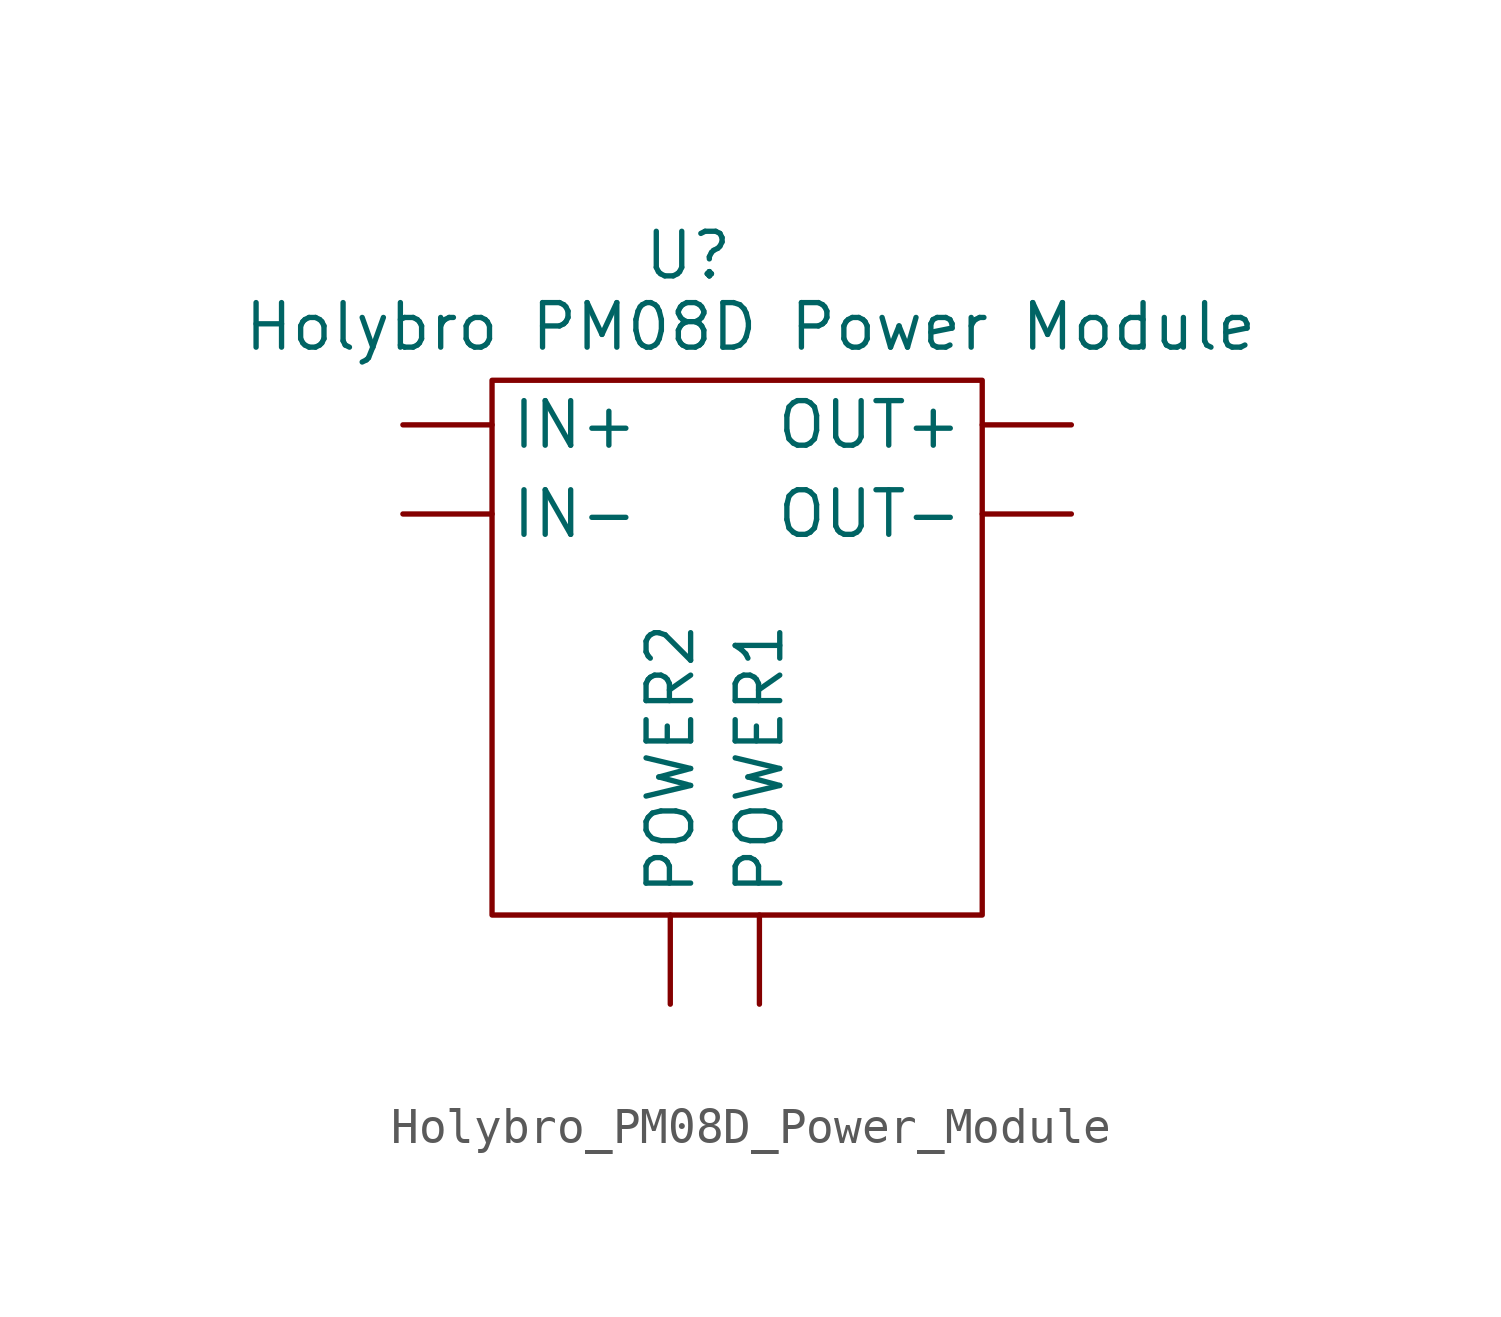
<source format=kicad_sym>
(kicad_symbol_lib
  (version 20231120)
  (generator "kicad_symbol_editor")
  (generator_version "8.0")
  (symbol "Holybro_PM08D_Power_Module"
    (property "Reference" "U"
      (at -0.762 2.286 0)
      (effects (font (size 1.27 1.27))))
    (property "Value" "Holybro PM08D Power Module"
      (at 1.016 0.254 0)
      (effects (font (size 1.27 1.27))))
    (symbol "Holybro_PM08D_Power_Module_0_1"
      (rectangle (start -6.35 -1.27) (end 7.62 -16.51) (stroke (width 0) (type default)) (fill (type none))))
    (symbol "Holybro_PM08D_Power_Module_1_1"
      (pin power_in line (at -8.89 -2.54 0) (length 2.54) (name "IN+" (effects (font (size 1.27 1.27)))) (number "" (effects (font (size 1.27 1.27)))))
      (pin power_in line (at -8.89 -5.08 0) (length 2.54) (name "IN-" (effects (font (size 1.27 1.27)))) (number "" (effects (font (size 1.27 1.27)))))
      (pin power_out line (at 10.16 -2.54 180) (length 2.54) (name "OUT+" (effects (font (size 1.27 1.27)))) (number "" (effects (font (size 1.27 1.27)))))
      (pin power_out line (at 10.16 -5.08 180) (length 2.54) (name "OUT-" (effects (font (size 1.27 1.27)))) (number "" (effects (font (size 1.27 1.27)))))
      (pin power_out line (at 1.27 -19.05 90) (length 2.54) (name "POWER1" (effects (font (size 1.27 1.27)))) (number "" (effects (font (size 1.27 1.27)))))
      (pin power_out line (at -1.27 -19.05 90) (length 2.54) (name "POWER2" (effects (font (size 1.27 1.27)))) (number "" (effects (font (size 1.27 1.27))))))))
</source>
